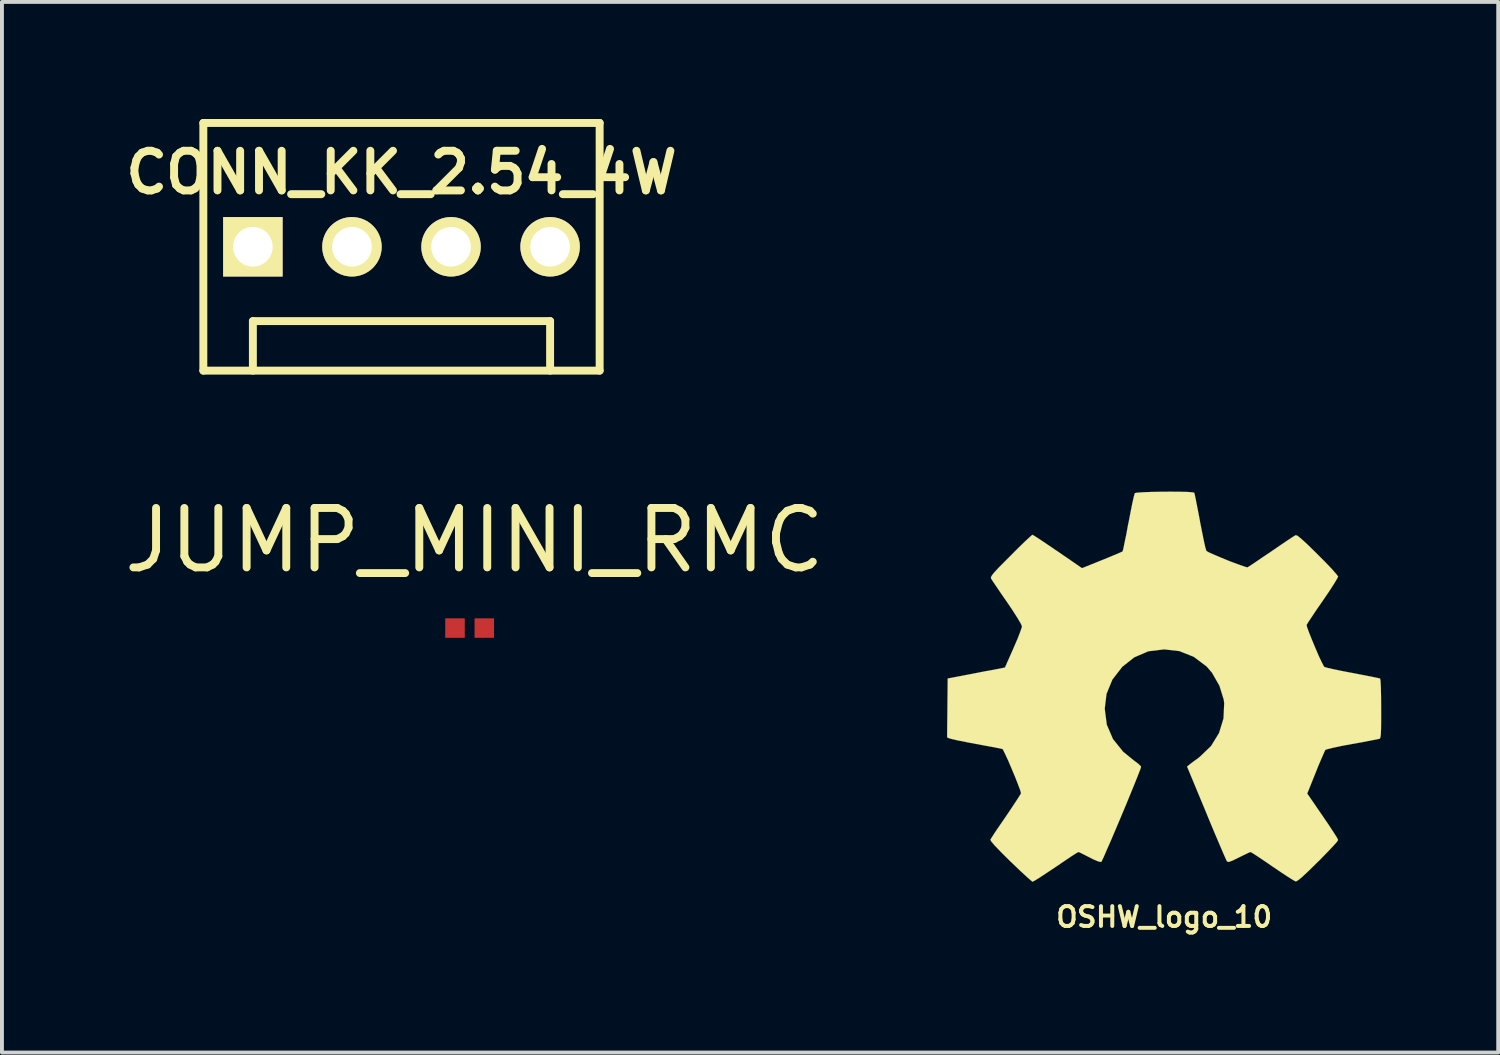
<source format=kicad_pcb>
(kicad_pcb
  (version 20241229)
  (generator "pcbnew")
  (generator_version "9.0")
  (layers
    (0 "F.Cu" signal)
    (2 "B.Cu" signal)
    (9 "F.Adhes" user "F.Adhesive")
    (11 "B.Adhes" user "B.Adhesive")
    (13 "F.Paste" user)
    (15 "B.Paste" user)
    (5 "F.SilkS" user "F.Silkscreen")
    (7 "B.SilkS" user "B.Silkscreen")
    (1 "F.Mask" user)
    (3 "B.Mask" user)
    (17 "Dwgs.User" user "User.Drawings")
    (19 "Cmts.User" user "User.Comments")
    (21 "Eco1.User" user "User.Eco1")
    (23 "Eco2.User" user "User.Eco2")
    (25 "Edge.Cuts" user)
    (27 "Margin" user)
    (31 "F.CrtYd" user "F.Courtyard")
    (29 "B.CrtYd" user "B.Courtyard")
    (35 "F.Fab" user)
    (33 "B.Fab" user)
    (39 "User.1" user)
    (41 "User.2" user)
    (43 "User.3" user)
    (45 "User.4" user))
  (footprint "CONN_KK_2.54_4W"
    (layer "F.Cu")
    (at 7.243 3.277)
    (property "Reference" "CONN_KK_2.54_4W" (at 0 -1.905 0) (layer "F.SilkS") (effects (font (size 1.016 1.016) (thickness 0.203))))
    (attr through_hole)
    (fp_line (start -5.08 -3.175) (end -5.08 3.175) (stroke (width 0.203) (type solid)) (layer "F.SilkS"))
    (fp_line (start -5.08 3.175) (end 5.08 3.175) (stroke (width 0.203) (type solid)) (layer "F.SilkS"))
    (fp_line (start -3.81 1.905) (end 3.81 1.905) (stroke (width 0.203) (type solid)) (layer "F.SilkS"))
    (fp_line (start -3.81 3.175) (end -3.81 1.905) (stroke (width 0.203) (type solid)) (layer "F.SilkS"))
    (fp_line (start 3.81 1.905) (end 3.81 3.175) (stroke (width 0.203) (type solid)) (layer "F.SilkS"))
    (fp_line (start 5.08 -3.175) (end -5.08 -3.175) (stroke (width 0.203) (type solid)) (layer "F.SilkS"))
    (fp_line (start 5.08 3.175) (end 5.08 -3.175) (stroke (width 0.203) (type solid)) (layer "F.SilkS"))
    (pad "1" thru_hole rect (at -3.81 0) (size 1.524 1.524) (drill 1.016) (layers "*.Cu" "*.Mask" "F.SilkS"))
    (pad "2" thru_hole circle (at -1.27 0) (size 1.524 1.524) (drill 1.016) (layers "*.Cu" "*.Mask" "F.SilkS"))
    (pad "3" thru_hole circle (at 1.27 0) (size 1.524 1.524) (drill 1.016) (layers "*.Cu" "*.Mask" "F.SilkS"))
    (pad "4" thru_hole circle (at 3.81 0) (size 1.524 1.524) (drill 1.016) (layers "*.Cu" "*.Mask" "F.SilkS")))
  (footprint "OSHW_logo_10"
    (layer "F.Cu")
    (at 26.796 14.556)
    (property "Reference" "OSHW_logo_10" (at 0 5.903 0) (layer "F.SilkS") (effects (font (size 0.508 0.508) (thickness 0.102))))
    (attr through_hole)
    (fp_poly (pts (xy -3.373 4.999) (xy -3.315 4.968) (xy -3.185 4.887) (xy -3 4.765) (xy -2.779 4.618) (xy -2.558 4.468) (xy -2.377 4.346) (xy -2.25 4.265) (xy -2.197 4.237) (xy -2.169 4.247) (xy -2.065 4.298) (xy -1.913 4.376) (xy -1.824 4.422) (xy -1.684 4.481) (xy -1.615 4.493) (xy -1.603 4.475) (xy -1.552 4.369) (xy -1.473 4.186) (xy -1.367 3.945) (xy -1.247 3.663) (xy -1.118 3.358) (xy -0.988 3.048) (xy -0.866 2.751) (xy -0.757 2.484) (xy -0.671 2.268) (xy -0.612 2.118) (xy -0.592 2.052) (xy -0.597 2.04) (xy -0.668 1.971) (xy -0.79 1.88) (xy -1.052 1.666) (xy -1.313 1.341) (xy -1.471 0.973) (xy -1.524 0.564) (xy -1.478 0.183) (xy -1.328 -0.183) (xy -1.074 -0.511) (xy -0.767 -0.754) (xy -0.406 -0.909) (xy 0 -0.958) (xy 0.389 -0.914) (xy 0.759 -0.767) (xy 1.09 -0.518) (xy 1.227 -0.358) (xy 1.417 -0.025) (xy 1.527 0.33) (xy 1.539 0.422) (xy 1.521 0.813) (xy 1.407 1.186) (xy 1.201 1.521) (xy 0.914 1.796) (xy 0.879 1.824) (xy 0.744 1.923) (xy 0.655 1.991) (xy 0.587 2.047) (xy 1.085 3.246) (xy 1.163 3.437) (xy 1.3 3.764) (xy 1.42 4.046) (xy 1.516 4.27) (xy 1.582 4.42) (xy 1.613 4.481) (xy 1.615 4.483) (xy 1.659 4.491) (xy 1.75 4.458) (xy 1.918 4.376) (xy 2.029 4.321) (xy 2.156 4.26) (xy 2.212 4.237) (xy 2.261 4.262) (xy 2.383 4.341) (xy 2.56 4.46) (xy 2.776 4.608) (xy 2.979 4.745) (xy 3.167 4.869) (xy 3.305 4.956) (xy 3.371 4.991) (xy 3.381 4.991) (xy 3.439 4.958) (xy 3.546 4.869) (xy 3.711 4.714) (xy 3.942 4.486) (xy 3.978 4.453) (xy 4.166 4.26) (xy 4.321 4.097) (xy 4.425 3.983) (xy 4.46 3.929) (xy 4.427 3.863) (xy 4.341 3.729) (xy 4.216 3.538) (xy 4.064 3.315) (xy 3.668 2.738) (xy 3.886 2.195) (xy 3.952 2.029) (xy 4.039 1.826) (xy 4.102 1.681) (xy 4.133 1.618) (xy 4.194 1.598) (xy 4.341 1.562) (xy 4.557 1.516) (xy 4.816 1.468) (xy 5.06 1.425) (xy 5.281 1.382) (xy 5.443 1.351) (xy 5.514 1.336) (xy 5.532 1.326) (xy 5.545 1.293) (xy 5.555 1.217) (xy 5.56 1.082) (xy 5.563 0.869) (xy 5.563 0.564) (xy 5.563 0.531) (xy 5.56 0.236) (xy 5.555 0.005) (xy 5.547 -0.15) (xy 5.537 -0.208) (xy 5.537 -0.211) (xy 5.469 -0.226) (xy 5.311 -0.259) (xy 5.09 -0.302) (xy 4.826 -0.353) (xy 4.808 -0.356) (xy 4.547 -0.406) (xy 4.326 -0.452) (xy 4.171 -0.488) (xy 4.105 -0.508) (xy 4.092 -0.528) (xy 4.039 -0.63) (xy 3.962 -0.792) (xy 3.876 -0.993) (xy 3.79 -1.199) (xy 3.716 -1.384) (xy 3.665 -1.524) (xy 3.65 -1.587) (xy 3.653 -1.587) (xy 3.691 -1.651) (xy 3.782 -1.788) (xy 3.909 -1.979) (xy 4.064 -2.202) (xy 4.074 -2.217) (xy 4.227 -2.441) (xy 4.348 -2.629) (xy 4.43 -2.764) (xy 4.46 -2.824) (xy 4.46 -2.827) (xy 4.409 -2.893) (xy 4.298 -3.02) (xy 4.135 -3.19) (xy 3.94 -3.386) (xy 3.879 -3.447) (xy 3.663 -3.658) (xy 3.51 -3.797) (xy 3.419 -3.871) (xy 3.373 -3.886) (xy 3.371 -3.886) (xy 3.305 -3.846) (xy 3.165 -3.754) (xy 2.974 -3.625) (xy 2.748 -3.47) (xy 2.733 -3.459) (xy 2.51 -3.31) (xy 2.324 -3.183) (xy 2.192 -3.096) (xy 2.136 -3.061) (xy 2.126 -3.061) (xy 2.035 -3.089) (xy 1.877 -3.145) (xy 1.681 -3.218) (xy 1.476 -3.302) (xy 1.29 -3.381) (xy 1.148 -3.444) (xy 1.082 -3.482) (xy 1.082 -3.485) (xy 1.057 -3.564) (xy 1.019 -3.731) (xy 0.973 -3.96) (xy 0.919 -4.232) (xy 0.912 -4.277) (xy 0.861 -4.542) (xy 0.818 -4.76) (xy 0.787 -4.912) (xy 0.772 -4.973) (xy 0.734 -4.983) (xy 0.605 -4.994) (xy 0.406 -4.999) (xy 0.168 -5.001) (xy -0.084 -4.999) (xy -0.33 -4.994) (xy -0.541 -4.986) (xy -0.691 -4.976) (xy -0.752 -4.963) (xy -0.754 -4.961) (xy -0.777 -4.877) (xy -0.815 -4.712) (xy -0.861 -4.481) (xy -0.914 -4.206) (xy -0.925 -4.158) (xy -0.973 -3.894) (xy -1.019 -3.678) (xy -1.049 -3.528) (xy -1.067 -3.47) (xy -1.09 -3.457) (xy -1.199 -3.409) (xy -1.377 -3.335) (xy -1.595 -3.246) (xy -2.106 -3.04) (xy -2.731 -3.47) (xy -2.789 -3.508) (xy -3.012 -3.66) (xy -3.198 -3.785) (xy -3.325 -3.866) (xy -3.378 -3.896) (xy -3.383 -3.894) (xy -3.444 -3.84) (xy -3.569 -3.724) (xy -3.739 -3.559) (xy -3.934 -3.363) (xy -4.079 -3.218) (xy -4.252 -3.043) (xy -4.361 -2.926) (xy -4.42 -2.85) (xy -4.442 -2.804) (xy -4.437 -2.774) (xy -4.397 -2.71) (xy -4.305 -2.573) (xy -4.176 -2.383) (xy -4.023 -2.162) (xy -3.899 -1.979) (xy -3.764 -1.768) (xy -3.675 -1.618) (xy -3.645 -1.544) (xy -3.653 -1.514) (xy -3.696 -1.392) (xy -3.769 -1.206) (xy -3.863 -0.988) (xy -4.082 -0.493) (xy -4.404 -0.429) (xy -4.602 -0.394) (xy -4.877 -0.34) (xy -5.138 -0.29) (xy -5.55 -0.211) (xy -5.565 1.298) (xy -5.502 1.326) (xy -5.441 1.341) (xy -5.288 1.377) (xy -5.07 1.42) (xy -4.816 1.468) (xy -4.597 1.509) (xy -4.376 1.549) (xy -4.219 1.58) (xy -4.148 1.595) (xy -4.13 1.618) (xy -4.077 1.725) (xy -3.998 1.895) (xy -3.912 2.098) (xy -3.823 2.309) (xy -3.747 2.504) (xy -3.691 2.652) (xy -3.67 2.731) (xy -3.701 2.786) (xy -3.785 2.916) (xy -3.907 3.101) (xy -4.054 3.32) (xy -4.204 3.538) (xy -4.331 3.724) (xy -4.417 3.858) (xy -4.455 3.919) (xy -4.437 3.962) (xy -4.348 4.067) (xy -4.183 4.239) (xy -3.94 4.481) (xy -3.899 4.519) (xy -3.703 4.707) (xy -3.538 4.859) (xy -3.424 4.961) (xy -3.373 4.999)) (stroke (width 0.003) (type solid)) (fill yes) (layer "F.SilkS")))
  (footprint "JUMP_MINI_RMC"
    (layer "F.Cu")
    (at 8.866 13.052)
    (property "Reference" "JUMP_MINI_RMC" (at 0.249 -2.25 0) (layer "F.SilkS") (effects (font (size 1.524 1.524) (thickness 0.203))))
    (attr through_hole)
    (pad "1" smd rect (at -0.251 0) (size 0.5 0.5) (layers "F.Cu" "F.Mask" "F.Paste"))
    (pad "2" smd rect (at 0.5 0) (size 0.5 0.5) (layers "F.Cu" "F.Mask" "F.Paste")))
  (gr_rect
    (start -3 -3)
    (end 35.36 23.934)
    (stroke (width 0.1) (type default))
    (fill no)
    (layer "Edge.Cuts")))
</source>
